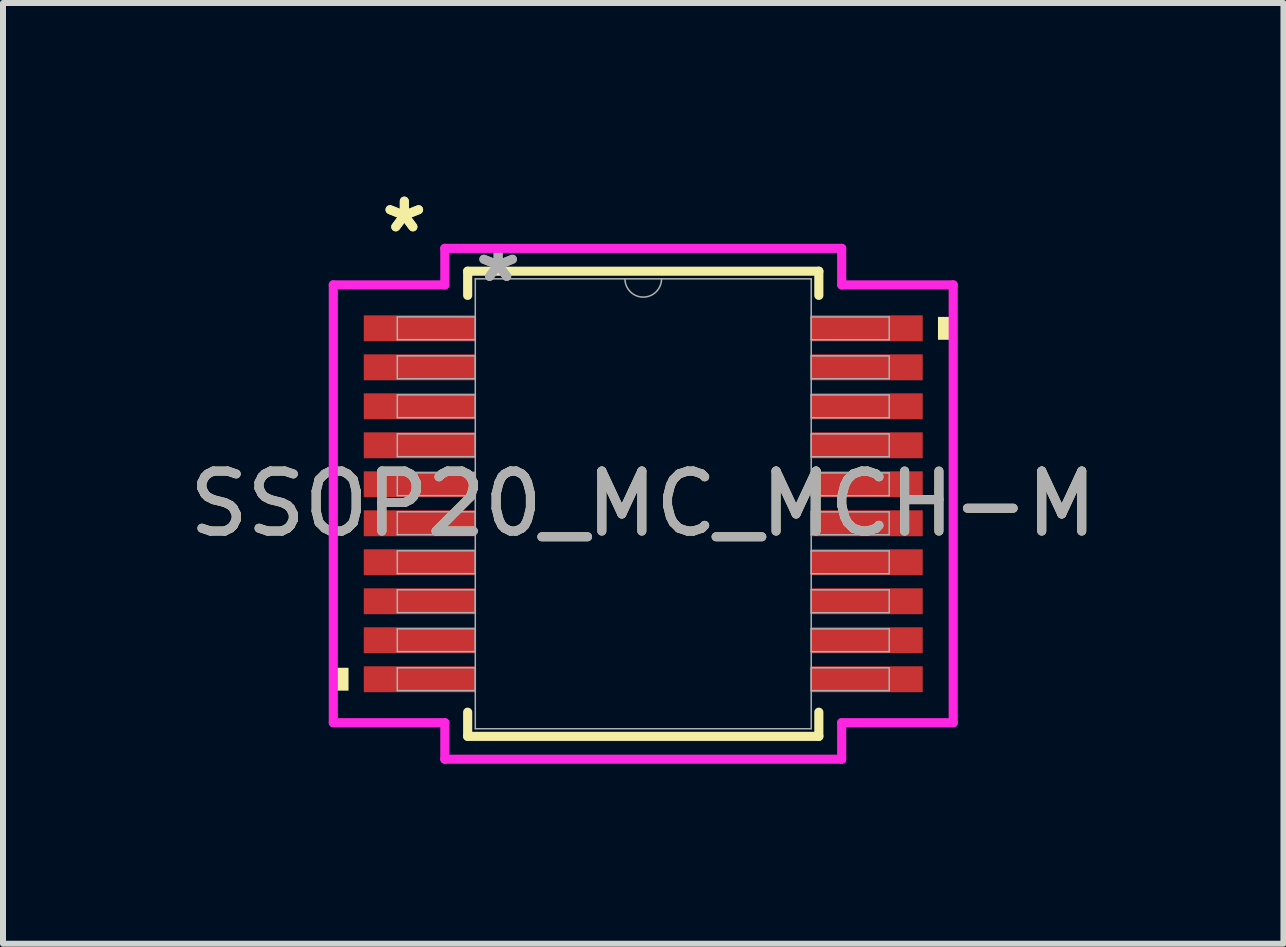
<source format=kicad_pcb>
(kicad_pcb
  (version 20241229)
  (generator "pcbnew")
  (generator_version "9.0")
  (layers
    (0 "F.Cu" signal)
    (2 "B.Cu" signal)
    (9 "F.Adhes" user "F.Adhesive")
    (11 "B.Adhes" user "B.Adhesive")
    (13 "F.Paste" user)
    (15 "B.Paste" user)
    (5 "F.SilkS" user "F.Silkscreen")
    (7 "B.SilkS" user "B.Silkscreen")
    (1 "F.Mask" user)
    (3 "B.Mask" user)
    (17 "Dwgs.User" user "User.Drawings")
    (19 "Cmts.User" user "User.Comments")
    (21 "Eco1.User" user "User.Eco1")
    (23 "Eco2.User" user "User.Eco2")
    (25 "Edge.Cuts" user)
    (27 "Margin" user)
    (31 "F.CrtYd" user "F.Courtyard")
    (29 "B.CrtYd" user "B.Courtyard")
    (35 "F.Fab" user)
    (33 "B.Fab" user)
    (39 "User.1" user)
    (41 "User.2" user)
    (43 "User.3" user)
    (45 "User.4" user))
  (footprint "SSOP20_MC_MCH-M"
    (layer "F.Cu")
    (at 7.673 5.348)
    (property "Reference" "SSOP20_MC_MCH-M" (at 0 0 0) (unlocked yes) (layer "F.SilkS") (effects (font (size 1 1) (thickness 0.15))))
    (attr smd)
    (fp_line (start -2.927 -3.877) (end -2.927 -3.474) (stroke (width 0.152) (type solid)) (layer "F.SilkS"))
    (fp_line (start -2.927 3.474) (end -2.927 3.877) (stroke (width 0.152) (type solid)) (layer "F.SilkS"))
    (fp_line (start -2.927 3.877) (end 2.927 3.877) (stroke (width 0.152) (type solid)) (layer "F.SilkS"))
    (fp_line (start 2.927 -3.877) (end -2.927 -3.877) (stroke (width 0.152) (type solid)) (layer "F.SilkS"))
    (fp_line (start 2.927 -3.474) (end 2.927 -3.877) (stroke (width 0.152) (type solid)) (layer "F.SilkS"))
    (fp_line (start 2.927 3.877) (end 2.927 3.474) (stroke (width 0.152) (type solid)) (layer "F.SilkS"))
    (fp_poly (pts (xy -5.167 2.734) (xy -5.167 3.115) (xy -4.913 3.115) (xy -4.913 2.734)) (stroke (width 0) (type solid)) (fill yes) (layer "F.SilkS"))
    (fp_poly (pts (xy 5.167 -3.115) (xy 5.167 -2.734) (xy 4.913 -2.734) (xy 4.913 -3.115)) (stroke (width 0) (type solid)) (fill yes) (layer "F.SilkS"))
    (fp_line (start -5.167 -3.649) (end -3.308 -3.649) (stroke (width 0.152) (type solid)) (layer "F.CrtYd"))
    (fp_line (start -5.167 3.649) (end -5.167 -3.649) (stroke (width 0.152) (type solid)) (layer "F.CrtYd"))
    (fp_line (start -5.167 3.649) (end -3.308 3.649) (stroke (width 0.152) (type solid)) (layer "F.CrtYd"))
    (fp_line (start -3.308 -4.258) (end 3.308 -4.258) (stroke (width 0.152) (type solid)) (layer "F.CrtYd"))
    (fp_line (start -3.308 -3.649) (end -3.308 -4.258) (stroke (width 0.152) (type solid)) (layer "F.CrtYd"))
    (fp_line (start -3.308 4.258) (end -3.308 3.649) (stroke (width 0.152) (type solid)) (layer "F.CrtYd"))
    (fp_line (start 3.308 -4.258) (end 3.308 -3.649) (stroke (width 0.152) (type solid)) (layer "F.CrtYd"))
    (fp_line (start 3.308 3.649) (end 3.308 4.258) (stroke (width 0.152) (type solid)) (layer "F.CrtYd"))
    (fp_line (start 3.308 4.258) (end -3.308 4.258) (stroke (width 0.152) (type solid)) (layer "F.CrtYd"))
    (fp_line (start 5.167 -3.649) (end 3.308 -3.649) (stroke (width 0.152) (type solid)) (layer "F.CrtYd"))
    (fp_line (start 5.167 -3.649) (end 5.167 3.649) (stroke (width 0.152) (type solid)) (layer "F.CrtYd"))
    (fp_line (start 5.167 3.649) (end 3.308 3.649) (stroke (width 0.152) (type solid)) (layer "F.CrtYd"))
    (fp_line (start -4.1 -3.116) (end -4.1 -2.735) (stroke (width 0.025) (type solid)) (layer "F.Fab"))
    (fp_line (start -4.1 -2.735) (end -2.8 -2.735) (stroke (width 0.025) (type solid)) (layer "F.Fab"))
    (fp_line (start -4.1 -2.466) (end -4.1 -2.084) (stroke (width 0.025) (type solid)) (layer "F.Fab"))
    (fp_line (start -4.1 -2.084) (end -2.8 -2.084) (stroke (width 0.025) (type solid)) (layer "F.Fab"))
    (fp_line (start -4.1 -1.816) (end -4.1 -1.435) (stroke (width 0.025) (type solid)) (layer "F.Fab"))
    (fp_line (start -4.1 -1.435) (end -2.8 -1.435) (stroke (width 0.025) (type solid)) (layer "F.Fab"))
    (fp_line (start -4.1 -1.166) (end -4.1 -0.785) (stroke (width 0.025) (type solid)) (layer "F.Fab"))
    (fp_line (start -4.1 -0.785) (end -2.8 -0.785) (stroke (width 0.025) (type solid)) (layer "F.Fab"))
    (fp_line (start -4.1 -0.516) (end -4.1 -0.135) (stroke (width 0.025) (type solid)) (layer "F.Fab"))
    (fp_line (start -4.1 -0.135) (end -2.8 -0.135) (stroke (width 0.025) (type solid)) (layer "F.Fab"))
    (fp_line (start -4.1 0.134) (end -4.1 0.515) (stroke (width 0.025) (type solid)) (layer "F.Fab"))
    (fp_line (start -4.1 0.515) (end -2.8 0.515) (stroke (width 0.025) (type solid)) (layer "F.Fab"))
    (fp_line (start -4.1 0.784) (end -4.1 1.165) (stroke (width 0.025) (type solid)) (layer "F.Fab"))
    (fp_line (start -4.1 1.165) (end -2.8 1.165) (stroke (width 0.025) (type solid)) (layer "F.Fab"))
    (fp_line (start -4.1 1.434) (end -4.1 1.815) (stroke (width 0.025) (type solid)) (layer "F.Fab"))
    (fp_line (start -4.1 1.815) (end -2.8 1.815) (stroke (width 0.025) (type solid)) (layer "F.Fab"))
    (fp_line (start -4.1 2.084) (end -4.1 2.465) (stroke (width 0.025) (type solid)) (layer "F.Fab"))
    (fp_line (start -4.1 2.465) (end -2.8 2.465) (stroke (width 0.025) (type solid)) (layer "F.Fab"))
    (fp_line (start -4.1 2.734) (end -4.1 3.115) (stroke (width 0.025) (type solid)) (layer "F.Fab"))
    (fp_line (start -4.1 3.115) (end -2.8 3.115) (stroke (width 0.025) (type solid)) (layer "F.Fab"))
    (fp_line (start -2.8 -3.75) (end -2.8 3.75) (stroke (width 0.025) (type solid)) (layer "F.Fab"))
    (fp_line (start -2.8 -3.116) (end -4.1 -3.116) (stroke (width 0.025) (type solid)) (layer "F.Fab"))
    (fp_line (start -2.8 -2.735) (end -2.8 -3.116) (stroke (width 0.025) (type solid)) (layer "F.Fab"))
    (fp_line (start -2.8 -2.466) (end -4.1 -2.466) (stroke (width 0.025) (type solid)) (layer "F.Fab"))
    (fp_line (start -2.8 -2.084) (end -2.8 -2.466) (stroke (width 0.025) (type solid)) (layer "F.Fab"))
    (fp_line (start -2.8 -1.816) (end -4.1 -1.816) (stroke (width 0.025) (type solid)) (layer "F.Fab"))
    (fp_line (start -2.8 -1.435) (end -2.8 -1.816) (stroke (width 0.025) (type solid)) (layer "F.Fab"))
    (fp_line (start -2.8 -1.166) (end -4.1 -1.166) (stroke (width 0.025) (type solid)) (layer "F.Fab"))
    (fp_line (start -2.8 -0.785) (end -2.8 -1.166) (stroke (width 0.025) (type solid)) (layer "F.Fab"))
    (fp_line (start -2.8 -0.516) (end -4.1 -0.516) (stroke (width 0.025) (type solid)) (layer "F.Fab"))
    (fp_line (start -2.8 -0.135) (end -2.8 -0.516) (stroke (width 0.025) (type solid)) (layer "F.Fab"))
    (fp_line (start -2.8 0.134) (end -4.1 0.134) (stroke (width 0.025) (type solid)) (layer "F.Fab"))
    (fp_line (start -2.8 0.515) (end -2.8 0.134) (stroke (width 0.025) (type solid)) (layer "F.Fab"))
    (fp_line (start -2.8 0.784) (end -4.1 0.784) (stroke (width 0.025) (type solid)) (layer "F.Fab"))
    (fp_line (start -2.8 1.165) (end -2.8 0.784) (stroke (width 0.025) (type solid)) (layer "F.Fab"))
    (fp_line (start -2.8 1.434) (end -4.1 1.434) (stroke (width 0.025) (type solid)) (layer "F.Fab"))
    (fp_line (start -2.8 1.815) (end -2.8 1.434) (stroke (width 0.025) (type solid)) (layer "F.Fab"))
    (fp_line (start -2.8 2.084) (end -4.1 2.084) (stroke (width 0.025) (type solid)) (layer "F.Fab"))
    (fp_line (start -2.8 2.465) (end -2.8 2.084) (stroke (width 0.025) (type solid)) (layer "F.Fab"))
    (fp_line (start -2.8 2.734) (end -4.1 2.734) (stroke (width 0.025) (type solid)) (layer "F.Fab"))
    (fp_line (start -2.8 3.115) (end -2.8 2.734) (stroke (width 0.025) (type solid)) (layer "F.Fab"))
    (fp_line (start -2.8 3.75) (end 2.8 3.75) (stroke (width 0.025) (type solid)) (layer "F.Fab"))
    (fp_line (start 2.8 -3.75) (end -2.8 -3.75) (stroke (width 0.025) (type solid)) (layer "F.Fab"))
    (fp_line (start 2.8 -3.115) (end 2.8 -2.734) (stroke (width 0.025) (type solid)) (layer "F.Fab"))
    (fp_line (start 2.8 -2.734) (end 4.1 -2.734) (stroke (width 0.025) (type solid)) (layer "F.Fab"))
    (fp_line (start 2.8 -2.465) (end 2.8 -2.084) (stroke (width 0.025) (type solid)) (layer "F.Fab"))
    (fp_line (start 2.8 -2.084) (end 4.1 -2.084) (stroke (width 0.025) (type solid)) (layer "F.Fab"))
    (fp_line (start 2.8 -1.815) (end 2.8 -1.434) (stroke (width 0.025) (type solid)) (layer "F.Fab"))
    (fp_line (start 2.8 -1.434) (end 4.1 -1.434) (stroke (width 0.025) (type solid)) (layer "F.Fab"))
    (fp_line (start 2.8 -1.165) (end 2.8 -0.784) (stroke (width 0.025) (type solid)) (layer "F.Fab"))
    (fp_line (start 2.8 -0.784) (end 4.1 -0.784) (stroke (width 0.025) (type solid)) (layer "F.Fab"))
    (fp_line (start 2.8 -0.515) (end 2.8 -0.134) (stroke (width 0.025) (type solid)) (layer "F.Fab"))
    (fp_line (start 2.8 -0.134) (end 4.1 -0.134) (stroke (width 0.025) (type solid)) (layer "F.Fab"))
    (fp_line (start 2.8 0.135) (end 2.8 0.516) (stroke (width 0.025) (type solid)) (layer "F.Fab"))
    (fp_line (start 2.8 0.516) (end 4.1 0.516) (stroke (width 0.025) (type solid)) (layer "F.Fab"))
    (fp_line (start 2.8 0.785) (end 2.8 1.166) (stroke (width 0.025) (type solid)) (layer "F.Fab"))
    (fp_line (start 2.8 1.166) (end 4.1 1.166) (stroke (width 0.025) (type solid)) (layer "F.Fab"))
    (fp_line (start 2.8 1.435) (end 2.8 1.816) (stroke (width 0.025) (type solid)) (layer "F.Fab"))
    (fp_line (start 2.8 1.816) (end 4.1 1.816) (stroke (width 0.025) (type solid)) (layer "F.Fab"))
    (fp_line (start 2.8 2.085) (end 2.8 2.466) (stroke (width 0.025) (type solid)) (layer "F.Fab"))
    (fp_line (start 2.8 2.466) (end 4.1 2.466) (stroke (width 0.025) (type solid)) (layer "F.Fab"))
    (fp_line (start 2.8 2.735) (end 2.8 3.116) (stroke (width 0.025) (type solid)) (layer "F.Fab"))
    (fp_line (start 2.8 3.116) (end 4.1 3.116) (stroke (width 0.025) (type solid)) (layer "F.Fab"))
    (fp_line (start 2.8 3.75) (end 2.8 -3.75) (stroke (width 0.025) (type solid)) (layer "F.Fab"))
    (fp_line (start 4.1 -3.115) (end 2.8 -3.115) (stroke (width 0.025) (type solid)) (layer "F.Fab"))
    (fp_line (start 4.1 -2.734) (end 4.1 -3.115) (stroke (width 0.025) (type solid)) (layer "F.Fab"))
    (fp_line (start 4.1 -2.465) (end 2.8 -2.465) (stroke (width 0.025) (type solid)) (layer "F.Fab"))
    (fp_line (start 4.1 -2.084) (end 4.1 -2.465) (stroke (width 0.025) (type solid)) (layer "F.Fab"))
    (fp_line (start 4.1 -1.815) (end 2.8 -1.815) (stroke (width 0.025) (type solid)) (layer "F.Fab"))
    (fp_line (start 4.1 -1.434) (end 4.1 -1.815) (stroke (width 0.025) (type solid)) (layer "F.Fab"))
    (fp_line (start 4.1 -1.165) (end 2.8 -1.165) (stroke (width 0.025) (type solid)) (layer "F.Fab"))
    (fp_line (start 4.1 -0.784) (end 4.1 -1.165) (stroke (width 0.025) (type solid)) (layer "F.Fab"))
    (fp_line (start 4.1 -0.515) (end 2.8 -0.515) (stroke (width 0.025) (type solid)) (layer "F.Fab"))
    (fp_line (start 4.1 -0.134) (end 4.1 -0.515) (stroke (width 0.025) (type solid)) (layer "F.Fab"))
    (fp_line (start 4.1 0.135) (end 2.8 0.135) (stroke (width 0.025) (type solid)) (layer "F.Fab"))
    (fp_line (start 4.1 0.516) (end 4.1 0.135) (stroke (width 0.025) (type solid)) (layer "F.Fab"))
    (fp_line (start 4.1 0.785) (end 2.8 0.785) (stroke (width 0.025) (type solid)) (layer "F.Fab"))
    (fp_line (start 4.1 1.166) (end 4.1 0.785) (stroke (width 0.025) (type solid)) (layer "F.Fab"))
    (fp_line (start 4.1 1.435) (end 2.8 1.435) (stroke (width 0.025) (type solid)) (layer "F.Fab"))
    (fp_line (start 4.1 1.816) (end 4.1 1.435) (stroke (width 0.025) (type solid)) (layer "F.Fab"))
    (fp_line (start 4.1 2.085) (end 2.8 2.085) (stroke (width 0.025) (type solid)) (layer "F.Fab"))
    (fp_line (start 4.1 2.466) (end 4.1 2.085) (stroke (width 0.025) (type solid)) (layer "F.Fab"))
    (fp_line (start 4.1 2.735) (end 2.8 2.735) (stroke (width 0.025) (type solid)) (layer "F.Fab"))
    (fp_line (start 4.1 3.116) (end 4.1 2.735) (stroke (width 0.025) (type solid)) (layer "F.Fab"))
    (fp_arc (start 0.3048 -3.75) (mid 0 -3.4452) (end -0.3048 -3.75) (stroke (width 0.0254) (type solid)) (layer "F.Fab"))
    (fp_text user "*" (at -3.983 -4.5 0) (layer "F.SilkS") (effects (font (size 1 1) (thickness 0.15))))
    (fp_text user "*" (at -3.983 -4.5 0) (unlocked yes) (layer "F.SilkS") (effects (font (size 1 1) (thickness 0.15))))
    (fp_text user "*" (at -2.419 -3.674 0) (unlocked yes) (layer "F.Fab") (effects (font (size 1 1) (thickness 0.15))))
    (fp_text user "${REFERENCE}" (at 0 0 0) (unlocked yes) (layer "F.Fab") (effects (font (size 1 1) (thickness 0.15))))
    (fp_text user "*" (at -2.419 -3.674 0) (layer "F.Fab") (effects (font (size 1 1) (thickness 0.15))))
    (pad "1" smd rect (at -3.729 -2.925) (size 1.859 0.432) (layers "F.Cu" "F.Mask" "F.Paste"))
    (pad "2" smd rect (at -3.729 -2.275) (size 1.859 0.432) (layers "F.Cu" "F.Mask" "F.Paste"))
    (pad "3" smd rect (at -3.729 -1.625) (size 1.859 0.432) (layers "F.Cu" "F.Mask" "F.Paste"))
    (pad "4" smd rect (at -3.729 -0.975) (size 1.859 0.432) (layers "F.Cu" "F.Mask" "F.Paste"))
    (pad "5" smd rect (at -3.729 -0.325) (size 1.859 0.432) (layers "F.Cu" "F.Mask" "F.Paste"))
    (pad "6" smd rect (at -3.729 0.325) (size 1.859 0.432) (layers "F.Cu" "F.Mask" "F.Paste"))
    (pad "7" smd rect (at -3.729 0.975) (size 1.859 0.432) (layers "F.Cu" "F.Mask" "F.Paste"))
    (pad "8" smd rect (at -3.729 1.625) (size 1.859 0.432) (layers "F.Cu" "F.Mask" "F.Paste"))
    (pad "9" smd rect (at -3.729 2.275) (size 1.859 0.432) (layers "F.Cu" "F.Mask" "F.Paste"))
    (pad "10" smd rect (at -3.729 2.925) (size 1.859 0.432) (layers "F.Cu" "F.Mask" "F.Paste"))
    (pad "11" smd rect (at 3.729 2.925) (size 1.859 0.432) (layers "F.Cu" "F.Mask" "F.Paste"))
    (pad "12" smd rect (at 3.729 2.275) (size 1.859 0.432) (layers "F.Cu" "F.Mask" "F.Paste"))
    (pad "13" smd rect (at 3.729 1.625) (size 1.859 0.432) (layers "F.Cu" "F.Mask" "F.Paste"))
    (pad "14" smd rect (at 3.729 0.975) (size 1.859 0.432) (layers "F.Cu" "F.Mask" "F.Paste"))
    (pad "15" smd rect (at 3.729 0.325) (size 1.859 0.432) (layers "F.Cu" "F.Mask" "F.Paste"))
    (pad "16" smd rect (at 3.729 -0.325) (size 1.859 0.432) (layers "F.Cu" "F.Mask" "F.Paste"))
    (pad "17" smd rect (at 3.729 -0.975) (size 1.859 0.432) (layers "F.Cu" "F.Mask" "F.Paste"))
    (pad "18" smd rect (at 3.729 -1.625) (size 1.859 0.432) (layers "F.Cu" "F.Mask" "F.Paste"))
    (pad "19" smd rect (at 3.729 -2.275) (size 1.859 0.432) (layers "F.Cu" "F.Mask" "F.Paste"))
    (pad "20" smd rect (at 3.729 -2.925) (size 1.859 0.432) (layers "F.Cu" "F.Mask" "F.Paste")))
  (gr_rect
    (start -3 -3)
    (end 18.345 12.682)
    (stroke (width 0.1) (type default))
    (fill no)
    (layer "Edge.Cuts")))
</source>
